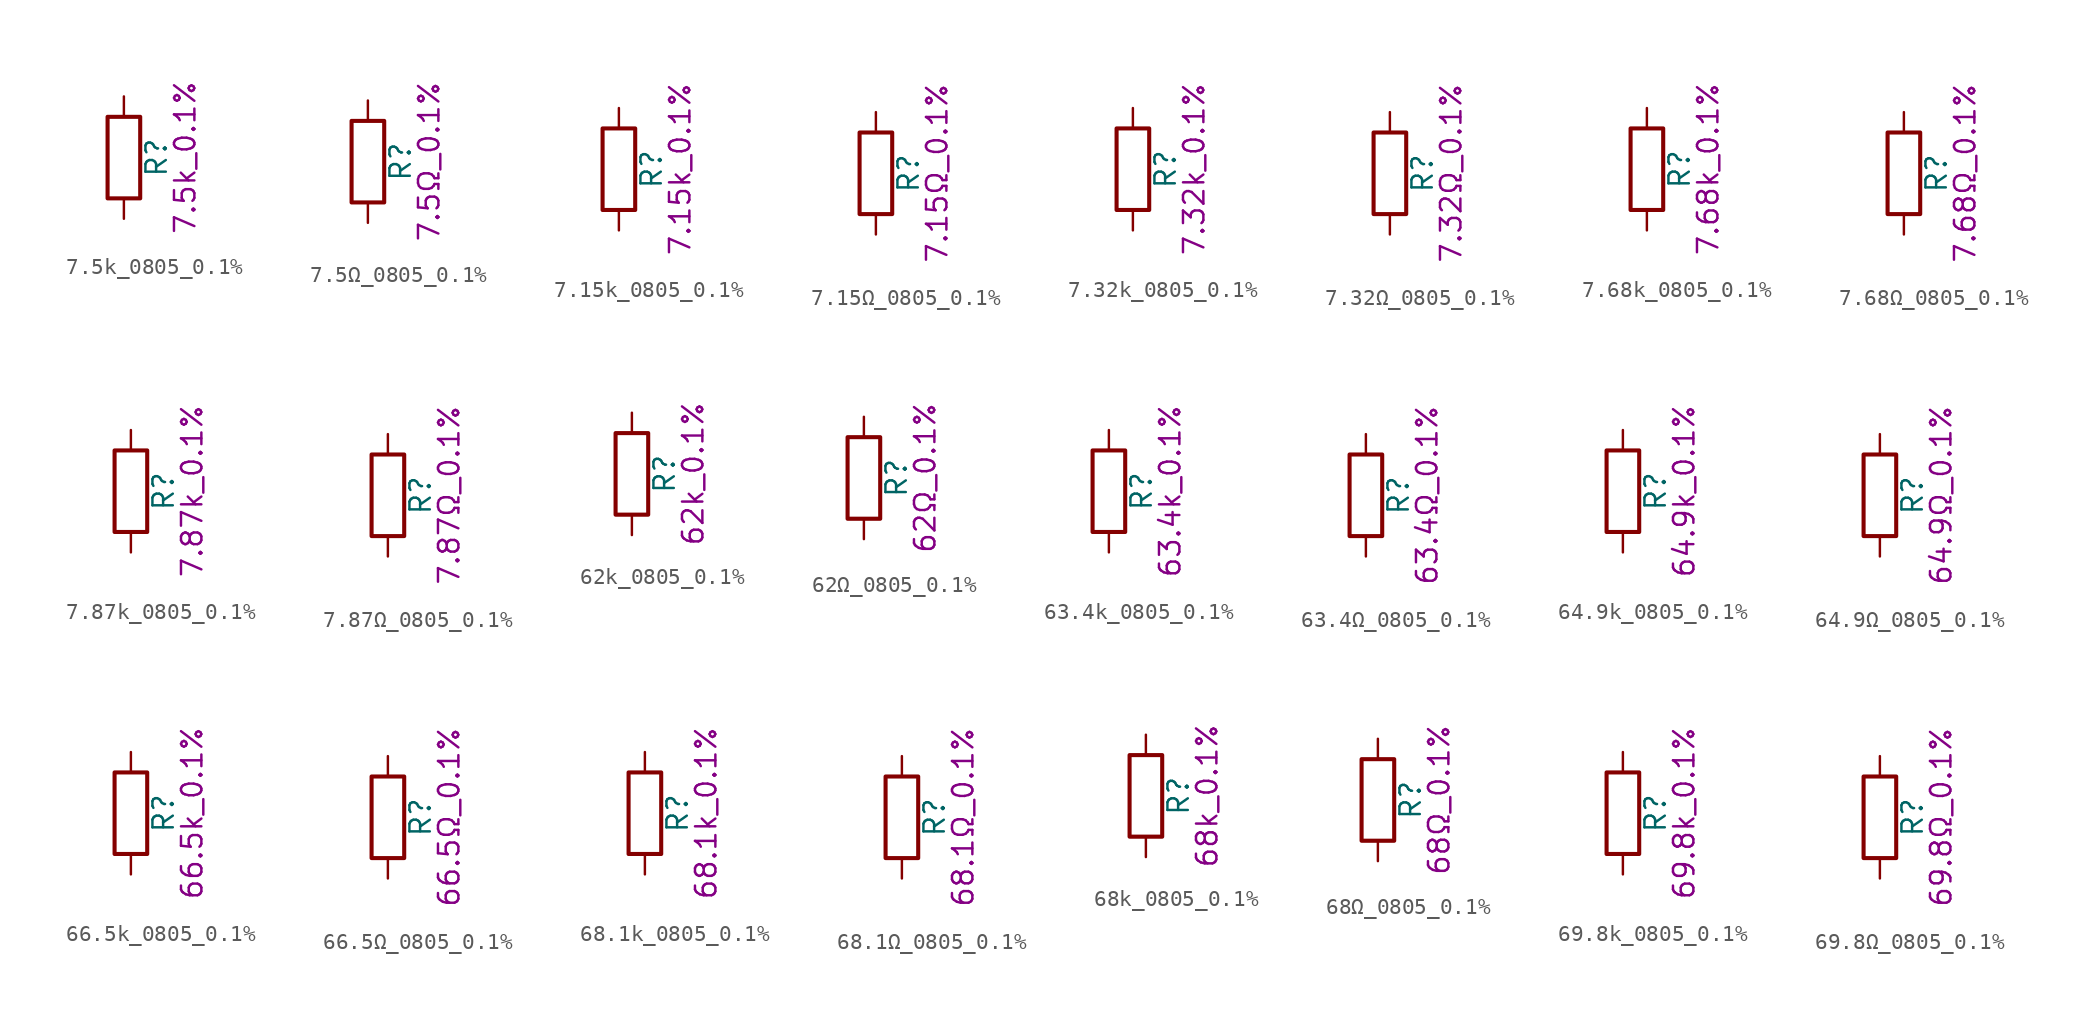
<source format=kicad_sym>
(kicad_symbol_lib
  (version 20211014)
  (generator kicad_symbol_editor)
  (symbol "7.5k_0805_0.1%"
    (pin_numbers hide)
    (pin_names
      (offset 0))
    (property "Reference" "R"
      (at 2.032 0 90)
      (effects (font (size 1.27 1.27))))
    (property "Display" "7.5k_0.1%"
      (at 3.81 0 90)
      (effects (font (size 1.27 1.27))))
    (symbol "7.5k_0805_0.1%_0_1"
      (rectangle (start -1.016 -2.54) (end 1.016 2.54) (stroke (width 0.254) (type default) (color 0 0 0 0)) (fill (type none))))
    (symbol "7.5k_0805_0.1%_1_1"
      (pin passive line (at 0 3.81 270) (length 1.27) (name "~" (effects (font (size 1.27 1.27)))) (number "1" (effects (font (size 1.27 1.27)))))
      (pin passive line (at 0 -3.81 90) (length 1.27) (name "~" (effects (font (size 1.27 1.27)))) (number "2" (effects (font (size 1.27 1.27)))))))
  (symbol "7.5Ω_0805_0.1%"
    (pin_numbers hide)
    (pin_names
      (offset 0))
    (property "Reference" "R"
      (at 2.032 0 90)
      (effects (font (size 1.27 1.27))))
    (property "Display" "7.5Ω_0.1%"
      (at 3.81 0 90)
      (effects (font (size 1.27 1.27))))
    (symbol "7.5Ω_0805_0.1%_0_1"
      (rectangle (start -1.016 -2.54) (end 1.016 2.54) (stroke (width 0.254) (type default) (color 0 0 0 0)) (fill (type none))))
    (symbol "7.5Ω_0805_0.1%_1_1"
      (pin passive line (at 0 3.81 270) (length 1.27) (name "~" (effects (font (size 1.27 1.27)))) (number "1" (effects (font (size 1.27 1.27)))))
      (pin passive line (at 0 -3.81 90) (length 1.27) (name "~" (effects (font (size 1.27 1.27)))) (number "2" (effects (font (size 1.27 1.27)))))))
  (symbol "7.15k_0805_0.1%"
    (pin_numbers hide)
    (pin_names
      (offset 0))
    (property "Reference" "R"
      (at 2.032 0 90)
      (effects (font (size 1.27 1.27))))
    (property "Display" "7.15k_0.1%"
      (at 3.81 0 90)
      (effects (font (size 1.27 1.27))))
    (symbol "7.15k_0805_0.1%_0_1"
      (rectangle (start -1.016 -2.54) (end 1.016 2.54) (stroke (width 0.254) (type default) (color 0 0 0 0)) (fill (type none))))
    (symbol "7.15k_0805_0.1%_1_1"
      (pin passive line (at 0 3.81 270) (length 1.27) (name "~" (effects (font (size 1.27 1.27)))) (number "1" (effects (font (size 1.27 1.27)))))
      (pin passive line (at 0 -3.81 90) (length 1.27) (name "~" (effects (font (size 1.27 1.27)))) (number "2" (effects (font (size 1.27 1.27)))))))
  (symbol "7.15Ω_0805_0.1%"
    (pin_numbers hide)
    (pin_names
      (offset 0))
    (property "Reference" "R"
      (at 2.032 0 90)
      (effects (font (size 1.27 1.27))))
    (property "Display" "7.15Ω_0.1%"
      (at 3.81 0 90)
      (effects (font (size 1.27 1.27))))
    (symbol "7.15Ω_0805_0.1%_0_1"
      (rectangle (start -1.016 -2.54) (end 1.016 2.54) (stroke (width 0.254) (type default) (color 0 0 0 0)) (fill (type none))))
    (symbol "7.15Ω_0805_0.1%_1_1"
      (pin passive line (at 0 3.81 270) (length 1.27) (name "~" (effects (font (size 1.27 1.27)))) (number "1" (effects (font (size 1.27 1.27)))))
      (pin passive line (at 0 -3.81 90) (length 1.27) (name "~" (effects (font (size 1.27 1.27)))) (number "2" (effects (font (size 1.27 1.27)))))))
  (symbol "7.32k_0805_0.1%"
    (pin_numbers hide)
    (pin_names
      (offset 0))
    (property "Reference" "R"
      (at 2.032 0 90)
      (effects (font (size 1.27 1.27))))
    (property "Display" "7.32k_0.1%"
      (at 3.81 0 90)
      (effects (font (size 1.27 1.27))))
    (symbol "7.32k_0805_0.1%_0_1"
      (rectangle (start -1.016 -2.54) (end 1.016 2.54) (stroke (width 0.254) (type default) (color 0 0 0 0)) (fill (type none))))
    (symbol "7.32k_0805_0.1%_1_1"
      (pin passive line (at 0 3.81 270) (length 1.27) (name "~" (effects (font (size 1.27 1.27)))) (number "1" (effects (font (size 1.27 1.27)))))
      (pin passive line (at 0 -3.81 90) (length 1.27) (name "~" (effects (font (size 1.27 1.27)))) (number "2" (effects (font (size 1.27 1.27)))))))
  (symbol "7.32Ω_0805_0.1%"
    (pin_numbers hide)
    (pin_names
      (offset 0))
    (property "Reference" "R"
      (at 2.032 0 90)
      (effects (font (size 1.27 1.27))))
    (property "Display" "7.32Ω_0.1%"
      (at 3.81 0 90)
      (effects (font (size 1.27 1.27))))
    (symbol "7.32Ω_0805_0.1%_0_1"
      (rectangle (start -1.016 -2.54) (end 1.016 2.54) (stroke (width 0.254) (type default) (color 0 0 0 0)) (fill (type none))))
    (symbol "7.32Ω_0805_0.1%_1_1"
      (pin passive line (at 0 3.81 270) (length 1.27) (name "~" (effects (font (size 1.27 1.27)))) (number "1" (effects (font (size 1.27 1.27)))))
      (pin passive line (at 0 -3.81 90) (length 1.27) (name "~" (effects (font (size 1.27 1.27)))) (number "2" (effects (font (size 1.27 1.27)))))))
  (symbol "7.68k_0805_0.1%"
    (pin_numbers hide)
    (pin_names
      (offset 0))
    (property "Reference" "R"
      (at 2.032 0 90)
      (effects (font (size 1.27 1.27))))
    (property "Display" "7.68k_0.1%"
      (at 3.81 0 90)
      (effects (font (size 1.27 1.27))))
    (symbol "7.68k_0805_0.1%_0_1"
      (rectangle (start -1.016 -2.54) (end 1.016 2.54) (stroke (width 0.254) (type default) (color 0 0 0 0)) (fill (type none))))
    (symbol "7.68k_0805_0.1%_1_1"
      (pin passive line (at 0 3.81 270) (length 1.27) (name "~" (effects (font (size 1.27 1.27)))) (number "1" (effects (font (size 1.27 1.27)))))
      (pin passive line (at 0 -3.81 90) (length 1.27) (name "~" (effects (font (size 1.27 1.27)))) (number "2" (effects (font (size 1.27 1.27)))))))
  (symbol "7.68Ω_0805_0.1%"
    (pin_numbers hide)
    (pin_names
      (offset 0))
    (property "Reference" "R"
      (at 2.032 0 90)
      (effects (font (size 1.27 1.27))))
    (property "Display" "7.68Ω_0.1%"
      (at 3.81 0 90)
      (effects (font (size 1.27 1.27))))
    (symbol "7.68Ω_0805_0.1%_0_1"
      (rectangle (start -1.016 -2.54) (end 1.016 2.54) (stroke (width 0.254) (type default) (color 0 0 0 0)) (fill (type none))))
    (symbol "7.68Ω_0805_0.1%_1_1"
      (pin passive line (at 0 3.81 270) (length 1.27) (name "~" (effects (font (size 1.27 1.27)))) (number "1" (effects (font (size 1.27 1.27)))))
      (pin passive line (at 0 -3.81 90) (length 1.27) (name "~" (effects (font (size 1.27 1.27)))) (number "2" (effects (font (size 1.27 1.27)))))))
  (symbol "7.87k_0805_0.1%"
    (pin_numbers hide)
    (pin_names
      (offset 0))
    (property "Reference" "R"
      (at 2.032 0 90)
      (effects (font (size 1.27 1.27))))
    (property "Display" "7.87k_0.1%"
      (at 3.81 0 90)
      (effects (font (size 1.27 1.27))))
    (symbol "7.87k_0805_0.1%_0_1"
      (rectangle (start -1.016 -2.54) (end 1.016 2.54) (stroke (width 0.254) (type default) (color 0 0 0 0)) (fill (type none))))
    (symbol "7.87k_0805_0.1%_1_1"
      (pin passive line (at 0 3.81 270) (length 1.27) (name "~" (effects (font (size 1.27 1.27)))) (number "1" (effects (font (size 1.27 1.27)))))
      (pin passive line (at 0 -3.81 90) (length 1.27) (name "~" (effects (font (size 1.27 1.27)))) (number "2" (effects (font (size 1.27 1.27)))))))
  (symbol "7.87Ω_0805_0.1%"
    (pin_numbers hide)
    (pin_names
      (offset 0))
    (property "Reference" "R"
      (at 2.032 0 90)
      (effects (font (size 1.27 1.27))))
    (property "Display" "7.87Ω_0.1%"
      (at 3.81 0 90)
      (effects (font (size 1.27 1.27))))
    (symbol "7.87Ω_0805_0.1%_0_1"
      (rectangle (start -1.016 -2.54) (end 1.016 2.54) (stroke (width 0.254) (type default) (color 0 0 0 0)) (fill (type none))))
    (symbol "7.87Ω_0805_0.1%_1_1"
      (pin passive line (at 0 3.81 270) (length 1.27) (name "~" (effects (font (size 1.27 1.27)))) (number "1" (effects (font (size 1.27 1.27)))))
      (pin passive line (at 0 -3.81 90) (length 1.27) (name "~" (effects (font (size 1.27 1.27)))) (number "2" (effects (font (size 1.27 1.27)))))))
  (symbol "62k_0805_0.1%"
    (pin_numbers hide)
    (pin_names
      (offset 0))
    (property "Reference" "R"
      (at 2.032 0 90)
      (effects (font (size 1.27 1.27))))
    (property "Display" "62k_0.1%"
      (at 3.81 0 90)
      (effects (font (size 1.27 1.27))))
    (symbol "62k_0805_0.1%_0_1"
      (rectangle (start -1.016 -2.54) (end 1.016 2.54) (stroke (width 0.254) (type default) (color 0 0 0 0)) (fill (type none))))
    (symbol "62k_0805_0.1%_1_1"
      (pin passive line (at 0 3.81 270) (length 1.27) (name "~" (effects (font (size 1.27 1.27)))) (number "1" (effects (font (size 1.27 1.27)))))
      (pin passive line (at 0 -3.81 90) (length 1.27) (name "~" (effects (font (size 1.27 1.27)))) (number "2" (effects (font (size 1.27 1.27)))))))
  (symbol "62Ω_0805_0.1%"
    (pin_numbers hide)
    (pin_names
      (offset 0))
    (property "Reference" "R"
      (at 2.032 0 90)
      (effects (font (size 1.27 1.27))))
    (property "Display" "62Ω_0.1%"
      (at 3.81 0 90)
      (effects (font (size 1.27 1.27))))
    (symbol "62Ω_0805_0.1%_0_1"
      (rectangle (start -1.016 -2.54) (end 1.016 2.54) (stroke (width 0.254) (type default) (color 0 0 0 0)) (fill (type none))))
    (symbol "62Ω_0805_0.1%_1_1"
      (pin passive line (at 0 3.81 270) (length 1.27) (name "~" (effects (font (size 1.27 1.27)))) (number "1" (effects (font (size 1.27 1.27)))))
      (pin passive line (at 0 -3.81 90) (length 1.27) (name "~" (effects (font (size 1.27 1.27)))) (number "2" (effects (font (size 1.27 1.27)))))))
  (symbol "63.4k_0805_0.1%"
    (pin_numbers hide)
    (pin_names
      (offset 0))
    (property "Reference" "R"
      (at 2.032 0 90)
      (effects (font (size 1.27 1.27))))
    (property "Display" "63.4k_0.1%"
      (at 3.81 0 90)
      (effects (font (size 1.27 1.27))))
    (symbol "63.4k_0805_0.1%_0_1"
      (rectangle (start -1.016 -2.54) (end 1.016 2.54) (stroke (width 0.254) (type default) (color 0 0 0 0)) (fill (type none))))
    (symbol "63.4k_0805_0.1%_1_1"
      (pin passive line (at 0 3.81 270) (length 1.27) (name "~" (effects (font (size 1.27 1.27)))) (number "1" (effects (font (size 1.27 1.27)))))
      (pin passive line (at 0 -3.81 90) (length 1.27) (name "~" (effects (font (size 1.27 1.27)))) (number "2" (effects (font (size 1.27 1.27)))))))
  (symbol "63.4Ω_0805_0.1%"
    (pin_numbers hide)
    (pin_names
      (offset 0))
    (property "Reference" "R"
      (at 2.032 0 90)
      (effects (font (size 1.27 1.27))))
    (property "Display" "63.4Ω_0.1%"
      (at 3.81 0 90)
      (effects (font (size 1.27 1.27))))
    (symbol "63.4Ω_0805_0.1%_0_1"
      (rectangle (start -1.016 -2.54) (end 1.016 2.54) (stroke (width 0.254) (type default) (color 0 0 0 0)) (fill (type none))))
    (symbol "63.4Ω_0805_0.1%_1_1"
      (pin passive line (at 0 3.81 270) (length 1.27) (name "~" (effects (font (size 1.27 1.27)))) (number "1" (effects (font (size 1.27 1.27)))))
      (pin passive line (at 0 -3.81 90) (length 1.27) (name "~" (effects (font (size 1.27 1.27)))) (number "2" (effects (font (size 1.27 1.27)))))))
  (symbol "64.9k_0805_0.1%"
    (pin_numbers hide)
    (pin_names
      (offset 0))
    (property "Reference" "R"
      (at 2.032 0 90)
      (effects (font (size 1.27 1.27))))
    (property "Display" "64.9k_0.1%"
      (at 3.81 0 90)
      (effects (font (size 1.27 1.27))))
    (symbol "64.9k_0805_0.1%_0_1"
      (rectangle (start -1.016 -2.54) (end 1.016 2.54) (stroke (width 0.254) (type default) (color 0 0 0 0)) (fill (type none))))
    (symbol "64.9k_0805_0.1%_1_1"
      (pin passive line (at 0 3.81 270) (length 1.27) (name "~" (effects (font (size 1.27 1.27)))) (number "1" (effects (font (size 1.27 1.27)))))
      (pin passive line (at 0 -3.81 90) (length 1.27) (name "~" (effects (font (size 1.27 1.27)))) (number "2" (effects (font (size 1.27 1.27)))))))
  (symbol "64.9Ω_0805_0.1%"
    (pin_numbers hide)
    (pin_names
      (offset 0))
    (property "Reference" "R"
      (at 2.032 0 90)
      (effects (font (size 1.27 1.27))))
    (property "Display" "64.9Ω_0.1%"
      (at 3.81 0 90)
      (effects (font (size 1.27 1.27))))
    (symbol "64.9Ω_0805_0.1%_0_1"
      (rectangle (start -1.016 -2.54) (end 1.016 2.54) (stroke (width 0.254) (type default) (color 0 0 0 0)) (fill (type none))))
    (symbol "64.9Ω_0805_0.1%_1_1"
      (pin passive line (at 0 3.81 270) (length 1.27) (name "~" (effects (font (size 1.27 1.27)))) (number "1" (effects (font (size 1.27 1.27)))))
      (pin passive line (at 0 -3.81 90) (length 1.27) (name "~" (effects (font (size 1.27 1.27)))) (number "2" (effects (font (size 1.27 1.27)))))))
  (symbol "66.5k_0805_0.1%"
    (pin_numbers hide)
    (pin_names
      (offset 0))
    (property "Reference" "R"
      (at 2.032 0 90)
      (effects (font (size 1.27 1.27))))
    (property "Display" "66.5k_0.1%"
      (at 3.81 0 90)
      (effects (font (size 1.27 1.27))))
    (symbol "66.5k_0805_0.1%_0_1"
      (rectangle (start -1.016 -2.54) (end 1.016 2.54) (stroke (width 0.254) (type default) (color 0 0 0 0)) (fill (type none))))
    (symbol "66.5k_0805_0.1%_1_1"
      (pin passive line (at 0 3.81 270) (length 1.27) (name "~" (effects (font (size 1.27 1.27)))) (number "1" (effects (font (size 1.27 1.27)))))
      (pin passive line (at 0 -3.81 90) (length 1.27) (name "~" (effects (font (size 1.27 1.27)))) (number "2" (effects (font (size 1.27 1.27)))))))
  (symbol "66.5Ω_0805_0.1%"
    (pin_numbers hide)
    (pin_names
      (offset 0))
    (property "Reference" "R"
      (at 2.032 0 90)
      (effects (font (size 1.27 1.27))))
    (property "Display" "66.5Ω_0.1%"
      (at 3.81 0 90)
      (effects (font (size 1.27 1.27))))
    (symbol "66.5Ω_0805_0.1%_0_1"
      (rectangle (start -1.016 -2.54) (end 1.016 2.54) (stroke (width 0.254) (type default) (color 0 0 0 0)) (fill (type none))))
    (symbol "66.5Ω_0805_0.1%_1_1"
      (pin passive line (at 0 3.81 270) (length 1.27) (name "~" (effects (font (size 1.27 1.27)))) (number "1" (effects (font (size 1.27 1.27)))))
      (pin passive line (at 0 -3.81 90) (length 1.27) (name "~" (effects (font (size 1.27 1.27)))) (number "2" (effects (font (size 1.27 1.27)))))))
  (symbol "68.1k_0805_0.1%"
    (pin_numbers hide)
    (pin_names
      (offset 0))
    (property "Reference" "R"
      (at 2.032 0 90)
      (effects (font (size 1.27 1.27))))
    (property "Display" "68.1k_0.1%"
      (at 3.81 0 90)
      (effects (font (size 1.27 1.27))))
    (symbol "68.1k_0805_0.1%_0_1"
      (rectangle (start -1.016 -2.54) (end 1.016 2.54) (stroke (width 0.254) (type default) (color 0 0 0 0)) (fill (type none))))
    (symbol "68.1k_0805_0.1%_1_1"
      (pin passive line (at 0 3.81 270) (length 1.27) (name "~" (effects (font (size 1.27 1.27)))) (number "1" (effects (font (size 1.27 1.27)))))
      (pin passive line (at 0 -3.81 90) (length 1.27) (name "~" (effects (font (size 1.27 1.27)))) (number "2" (effects (font (size 1.27 1.27)))))))
  (symbol "68.1Ω_0805_0.1%"
    (pin_numbers hide)
    (pin_names
      (offset 0))
    (property "Reference" "R"
      (at 2.032 0 90)
      (effects (font (size 1.27 1.27))))
    (property "Display" "68.1Ω_0.1%"
      (at 3.81 0 90)
      (effects (font (size 1.27 1.27))))
    (symbol "68.1Ω_0805_0.1%_0_1"
      (rectangle (start -1.016 -2.54) (end 1.016 2.54) (stroke (width 0.254) (type default) (color 0 0 0 0)) (fill (type none))))
    (symbol "68.1Ω_0805_0.1%_1_1"
      (pin passive line (at 0 3.81 270) (length 1.27) (name "~" (effects (font (size 1.27 1.27)))) (number "1" (effects (font (size 1.27 1.27)))))
      (pin passive line (at 0 -3.81 90) (length 1.27) (name "~" (effects (font (size 1.27 1.27)))) (number "2" (effects (font (size 1.27 1.27)))))))
  (symbol "68k_0805_0.1%"
    (pin_numbers hide)
    (pin_names
      (offset 0))
    (property "Reference" "R"
      (at 2.032 0 90)
      (effects (font (size 1.27 1.27))))
    (property "Display" "68k_0.1%"
      (at 3.81 0 90)
      (effects (font (size 1.27 1.27))))
    (symbol "68k_0805_0.1%_0_1"
      (rectangle (start -1.016 -2.54) (end 1.016 2.54) (stroke (width 0.254) (type default) (color 0 0 0 0)) (fill (type none))))
    (symbol "68k_0805_0.1%_1_1"
      (pin passive line (at 0 3.81 270) (length 1.27) (name "~" (effects (font (size 1.27 1.27)))) (number "1" (effects (font (size 1.27 1.27)))))
      (pin passive line (at 0 -3.81 90) (length 1.27) (name "~" (effects (font (size 1.27 1.27)))) (number "2" (effects (font (size 1.27 1.27)))))))
  (symbol "68Ω_0805_0.1%"
    (pin_numbers hide)
    (pin_names
      (offset 0))
    (property "Reference" "R"
      (at 2.032 0 90)
      (effects (font (size 1.27 1.27))))
    (property "Display" "68Ω_0.1%"
      (at 3.81 0 90)
      (effects (font (size 1.27 1.27))))
    (symbol "68Ω_0805_0.1%_0_1"
      (rectangle (start -1.016 -2.54) (end 1.016 2.54) (stroke (width 0.254) (type default) (color 0 0 0 0)) (fill (type none))))
    (symbol "68Ω_0805_0.1%_1_1"
      (pin passive line (at 0 3.81 270) (length 1.27) (name "~" (effects (font (size 1.27 1.27)))) (number "1" (effects (font (size 1.27 1.27)))))
      (pin passive line (at 0 -3.81 90) (length 1.27) (name "~" (effects (font (size 1.27 1.27)))) (number "2" (effects (font (size 1.27 1.27)))))))
  (symbol "69.8k_0805_0.1%"
    (pin_numbers hide)
    (pin_names
      (offset 0))
    (property "Reference" "R"
      (at 2.032 0 90)
      (effects (font (size 1.27 1.27))))
    (property "Display" "69.8k_0.1%"
      (at 3.81 0 90)
      (effects (font (size 1.27 1.27))))
    (symbol "69.8k_0805_0.1%_0_1"
      (rectangle (start -1.016 -2.54) (end 1.016 2.54) (stroke (width 0.254) (type default) (color 0 0 0 0)) (fill (type none))))
    (symbol "69.8k_0805_0.1%_1_1"
      (pin passive line (at 0 3.81 270) (length 1.27) (name "~" (effects (font (size 1.27 1.27)))) (number "1" (effects (font (size 1.27 1.27)))))
      (pin passive line (at 0 -3.81 90) (length 1.27) (name "~" (effects (font (size 1.27 1.27)))) (number "2" (effects (font (size 1.27 1.27)))))))
  (symbol "69.8Ω_0805_0.1%"
    (pin_numbers hide)
    (pin_names
      (offset 0))
    (property "Reference" "R"
      (at 2.032 0 90)
      (effects (font (size 1.27 1.27))))
    (property "Display" "69.8Ω_0.1%"
      (at 3.81 0 90)
      (effects (font (size 1.27 1.27))))
    (symbol "69.8Ω_0805_0.1%_0_1"
      (rectangle (start -1.016 -2.54) (end 1.016 2.54) (stroke (width 0.254) (type default) (color 0 0 0 0)) (fill (type none))))
    (symbol "69.8Ω_0805_0.1%_1_1"
      (pin passive line (at 0 3.81 270) (length 1.27) (name "~" (effects (font (size 1.27 1.27)))) (number "1" (effects (font (size 1.27 1.27)))))
      (pin passive line (at 0 -3.81 90) (length 1.27) (name "~" (effects (font (size 1.27 1.27)))) (number "2" (effects (font (size 1.27 1.27))))))))
</source>
